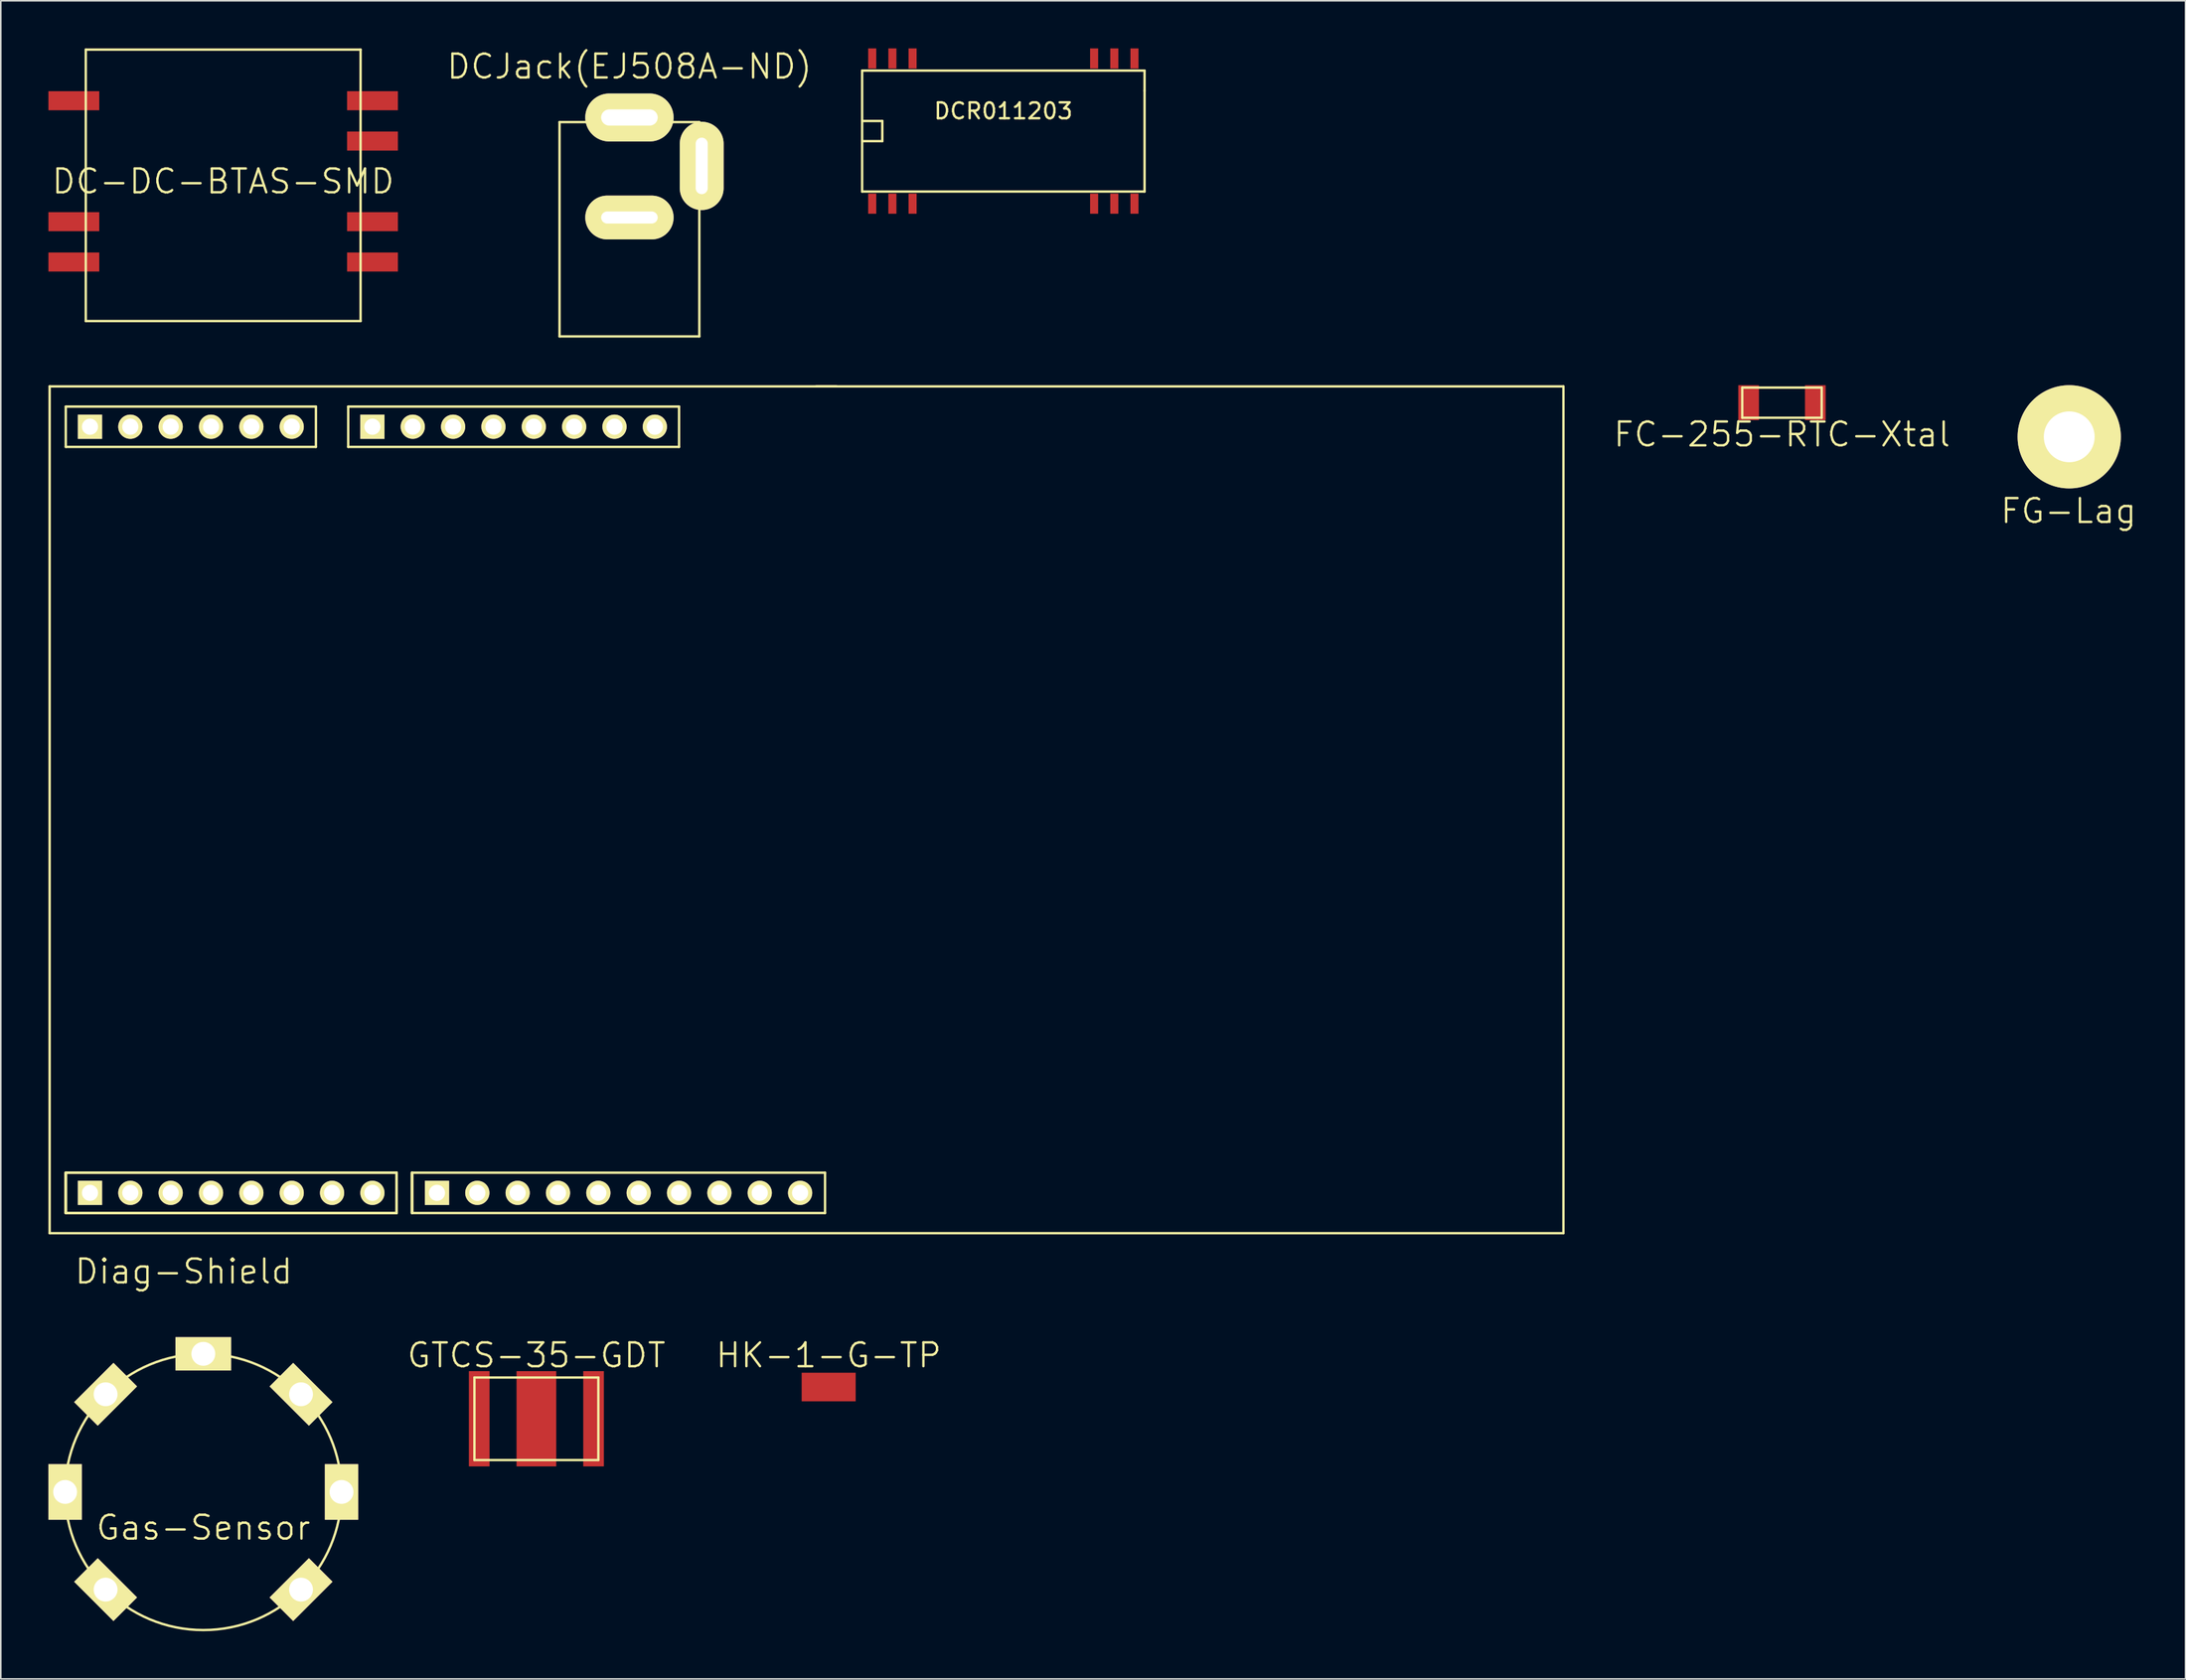
<source format=kicad_pcb>
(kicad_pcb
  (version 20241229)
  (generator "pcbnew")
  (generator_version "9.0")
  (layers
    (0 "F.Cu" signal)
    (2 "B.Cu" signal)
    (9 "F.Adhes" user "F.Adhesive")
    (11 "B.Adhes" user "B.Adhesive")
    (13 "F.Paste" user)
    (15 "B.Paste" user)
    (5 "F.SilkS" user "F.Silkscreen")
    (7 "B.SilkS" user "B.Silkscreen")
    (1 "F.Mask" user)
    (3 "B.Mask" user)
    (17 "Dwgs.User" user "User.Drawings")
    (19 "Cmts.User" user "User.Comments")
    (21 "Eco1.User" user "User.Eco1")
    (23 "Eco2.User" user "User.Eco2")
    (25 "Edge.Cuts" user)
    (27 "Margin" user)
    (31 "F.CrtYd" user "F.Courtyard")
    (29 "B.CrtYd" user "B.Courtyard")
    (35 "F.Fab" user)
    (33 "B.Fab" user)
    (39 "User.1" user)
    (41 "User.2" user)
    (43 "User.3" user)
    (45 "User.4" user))
  (footprint "Diag-Shield"
    (layer "F.Cu")
    (at 25.915 48.141)
    (property "Reference" "Diag-Shield" (at -17.4 28.9 0) (layer "F.SilkS") (effects (font (size 1.5 1.5) (thickness 0.15))))
    (attr through_hole)
    (fp_line (start -25.84 -26.85) (end 69.46 -26.85) (stroke (width 0.15) (type solid)) (layer "F.SilkS"))
    (fp_line (start -25.84 26.49) (end -25.84 -26.85) (stroke (width 0.15) (type solid)) (layer "F.SilkS"))
    (fp_line (start -24.824 -25.58) (end -24.824 -23.04) (stroke (width 0.15) (type solid)) (layer "F.SilkS"))
    (fp_line (start -24.824 -25.58) (end -9.076 -25.58) (stroke (width 0.15) (type solid)) (layer "F.SilkS"))
    (fp_line (start -24.824 -23.04) (end -9.076 -23.04) (stroke (width 0.15) (type solid)) (layer "F.SilkS"))
    (fp_line (start -24.824 25.22) (end -24.824 22.68) (stroke (width 0.15) (type solid)) (layer "F.SilkS"))
    (fp_line (start -24.824 25.22) (end -24.824 22.68) (stroke (width 0.15) (type solid)) (layer "F.SilkS"))
    (fp_line (start -24.824 25.22) (end -24.824 22.68) (stroke (width 0.15) (type solid)) (layer "F.SilkS"))
    (fp_line (start -24.824 25.22) (end -24.824 22.68) (stroke (width 0.15) (type solid)) (layer "F.SilkS"))
    (fp_line (start -9.076 -25.58) (end -9.076 -23.04) (stroke (width 0.15) (type solid)) (layer "F.SilkS"))
    (fp_line (start -7.044 -23.04) (end -7.044 -25.58) (stroke (width 0.15) (type solid)) (layer "F.SilkS"))
    (fp_line (start -3.996 22.68) (end -24.824 22.68) (stroke (width 0.15) (type solid)) (layer "F.SilkS"))
    (fp_line (start -3.996 22.68) (end -24.824 22.68) (stroke (width 0.15) (type solid)) (layer "F.SilkS"))
    (fp_line (start -3.996 25.22) (end -24.824 25.22) (stroke (width 0.15) (type solid)) (layer "F.SilkS"))
    (fp_line (start -3.996 25.22) (end -24.824 25.22) (stroke (width 0.15) (type solid)) (layer "F.SilkS"))
    (fp_line (start -3.996 25.22) (end -3.996 22.68) (stroke (width 0.15) (type solid)) (layer "F.SilkS"))
    (fp_line (start -3.996 25.22) (end -3.996 22.68) (stroke (width 0.15) (type solid)) (layer "F.SilkS"))
    (fp_line (start -3.026 25.22) (end -3.026 22.68) (stroke (width 0.15) (type solid)) (layer "F.SilkS"))
    (fp_line (start -3.026 25.22) (end -3.026 22.68) (stroke (width 0.15) (type solid)) (layer "F.SilkS"))
    (fp_line (start -3.026 25.22) (end -3.026 22.68) (stroke (width 0.15) (type solid)) (layer "F.SilkS"))
    (fp_line (start -3.026 25.22) (end -3.026 22.68) (stroke (width 0.15) (type solid)) (layer "F.SilkS"))
    (fp_line (start 13.784 -25.58) (end -7.044 -25.58) (stroke (width 0.15) (type solid)) (layer "F.SilkS"))
    (fp_line (start 13.784 -23.04) (end -7.044 -23.04) (stroke (width 0.15) (type solid)) (layer "F.SilkS"))
    (fp_line (start 13.784 -23.04) (end 13.784 -25.58) (stroke (width 0.15) (type solid)) (layer "F.SilkS"))
    (fp_line (start 22.42 -26.85) (end 23.69 -26.85) (stroke (width 0.15) (type solid)) (layer "F.SilkS"))
    (fp_line (start 22.974 22.68) (end -3.026 22.68) (stroke (width 0.15) (type solid)) (layer "F.SilkS"))
    (fp_line (start 22.974 25.22) (end -3.026 25.22) (stroke (width 0.15) (type solid)) (layer "F.SilkS"))
    (fp_line (start 22.974 25.22) (end 22.974 22.68) (stroke (width 0.15) (type solid)) (layer "F.SilkS"))
    (fp_line (start 69.46 -26.85) (end 69.46 26.49) (stroke (width 0.15) (type solid)) (layer "F.SilkS"))
    (fp_line (start 69.46 26.49) (end -25.84 26.49) (stroke (width 0.15) (type solid)) (layer "F.SilkS"))
    (pad "0" thru_hole trapezoid (at -23.3 23.95 270) (size 1.524 1.524) (drill 1.016) (layers "*.Cu" "*.Mask" "F.SilkS"))
    (pad "1" thru_hole circle (at -20.76 23.95 270) (size 1.524 1.524) (drill 1.016) (layers "*.Cu" "*.Mask" "F.SilkS"))
    (pad "2" thru_hole circle (at -18.22 23.95 270) (size 1.524 1.524) (drill 1.016) (layers "*.Cu" "*.Mask" "F.SilkS"))
    (pad "3" thru_hole circle (at -15.68 23.95 270) (size 1.524 1.524) (drill 1.016) (layers "*.Cu" "*.Mask" "F.SilkS"))
    (pad "4" thru_hole circle (at -13.14 23.95 270) (size 1.524 1.524) (drill 1.016) (layers "*.Cu" "*.Mask" "F.SilkS"))
    (pad "5" thru_hole circle (at -10.6 23.95 270) (size 1.524 1.524) (drill 1.016) (layers "*.Cu" "*.Mask" "F.SilkS"))
    (pad "6" thru_hole circle (at -8.06 23.95 270) (size 1.524 1.524) (drill 1.016) (layers "*.Cu" "*.Mask" "F.SilkS"))
    (pad "7" thru_hole circle (at -5.52 23.95 270) (size 1.524 1.524) (drill 1.016) (layers "*.Cu" "*.Mask" "F.SilkS"))
    (pad "8" thru_hole trapezoid (at -1.456 23.95 180) (size 1.524 1.524) (drill 1.016) (layers "*.Cu" "*.Mask" "F.SilkS"))
    (pad "9" thru_hole circle (at 1.084 23.95 180) (size 1.524 1.524) (drill 1.016) (layers "*.Cu" "*.Mask" "F.SilkS"))
    (pad "10" thru_hole circle (at 3.624 23.95 180) (size 1.524 1.524) (drill 1.016) (layers "*.Cu" "*.Mask" "F.SilkS"))
    (pad "11" thru_hole circle (at 6.164 23.95 180) (size 1.524 1.524) (drill 1.016) (layers "*.Cu" "*.Mask" "F.SilkS"))
    (pad "12" thru_hole circle (at 8.704 23.95 180) (size 1.524 1.524) (drill 1.016) (layers "*.Cu" "*.Mask" "F.SilkS"))
    (pad "13" thru_hole circle (at 11.244 23.95 180) (size 1.524 1.524) (drill 1.016) (layers "*.Cu" "*.Mask" "F.SilkS"))
    (pad "14" thru_hole circle (at 13.784 23.95 180) (size 1.524 1.524) (drill 1.016) (layers "*.Cu" "*.Mask" "F.SilkS"))
    (pad "15" thru_hole circle (at 16.324 23.95 180) (size 1.524 1.524) (drill 1.016) (layers "*.Cu" "*.Mask" "F.SilkS"))
    (pad "16" thru_hole circle (at 18.864 23.95 180) (size 1.524 1.524) (drill 1.016) (layers "*.Cu" "*.Mask" "F.SilkS"))
    (pad "17" thru_hole circle (at 21.404 23.95 180) (size 1.524 1.524) (drill 1.016) (layers "*.Cu" "*.Mask" "F.SilkS"))
    (pad "18" thru_hole trapezoid (at -23.3 -24.31 90) (size 1.524 1.524) (drill 1.016) (layers "*.Cu" "*.Mask" "F.SilkS"))
    (pad "19" thru_hole circle (at -20.76 -24.31 90) (size 1.524 1.524) (drill 1.016) (layers "*.Cu" "*.Mask" "F.SilkS"))
    (pad "20" thru_hole circle (at -18.22 -24.31 90) (size 1.524 1.524) (drill 1.016) (layers "*.Cu" "*.Mask" "F.SilkS"))
    (pad "21" thru_hole circle (at -15.68 -24.31 90) (size 1.524 1.524) (drill 1.016) (layers "*.Cu" "*.Mask" "F.SilkS"))
    (pad "22" thru_hole circle (at -13.14 -24.31 90) (size 1.524 1.524) (drill 1.016) (layers "*.Cu" "*.Mask" "F.SilkS"))
    (pad "23" thru_hole circle (at -10.6 -24.31 90) (size 1.524 1.524) (drill 1.016) (layers "*.Cu" "*.Mask" "F.SilkS"))
    (pad "24" thru_hole trapezoid (at -5.52 -24.31 270) (size 1.524 1.524) (drill 1.016) (layers "*.Cu" "*.Mask" "F.SilkS"))
    (pad "25" thru_hole circle (at -2.98 -24.31 270) (size 1.524 1.524) (drill 1.016) (layers "*.Cu" "*.Mask" "F.SilkS"))
    (pad "26" thru_hole circle (at -0.44 -24.31 270) (size 1.524 1.524) (drill 1.016) (layers "*.Cu" "*.Mask" "F.SilkS"))
    (pad "27" thru_hole circle (at 2.1 -24.31 270) (size 1.524 1.524) (drill 1.016) (layers "*.Cu" "*.Mask" "F.SilkS"))
    (pad "28" thru_hole circle (at 4.64 -24.31 270) (size 1.524 1.524) (drill 1.016) (layers "*.Cu" "*.Mask" "F.SilkS"))
    (pad "29" thru_hole circle (at 7.18 -24.31 270) (size 1.524 1.524) (drill 1.016) (layers "*.Cu" "*.Mask" "F.SilkS"))
    (pad "30" thru_hole circle (at 9.72 -24.31 270) (size 1.524 1.524) (drill 1.016) (layers "*.Cu" "*.Mask" "F.SilkS"))
    (pad "31" thru_hole circle (at 12.26 -24.31 270) (size 1.524 1.524) (drill 1.016) (layers "*.Cu" "*.Mask" "F.SilkS")))
  (footprint "FG-Lag"
    (layer "F.Cu")
    (at 127.216 24.466)
    (property "Reference" "FG-Lag" (at -0.041 4.672 0) (layer "F.SilkS") (effects (font (size 1.5 1.5) (thickness 0.15))))
    (attr through_hole)
    (pad "1" thru_hole circle (at 0 0) (size 6.5 6.5) (drill 3.2) (layers "*.Cu" "*.Mask" "F.SilkS")))
  (footprint "DCJack(EJ508A-ND)"
    (layer "F.Cu")
    (at 36.575 12.141)
    (property "Reference" "DCJack(EJ508A-ND)" (at 0 -11 0) (layer "F.SilkS") (effects (font (size 1.5 1.5) (thickness 0.15))))
    (attr through_hole)
    (fp_line (start -4.4 -7.5) (end 4.4 -7.5) (stroke (width 0.15) (type solid)) (layer "F.SilkS"))
    (fp_line (start -4.4 6) (end -4.4 -7.5) (stroke (width 0.15) (type solid)) (layer "F.SilkS"))
    (fp_line (start -4.4 6) (end 4.4 6) (stroke (width 0.15) (type solid)) (layer "F.SilkS"))
    (fp_line (start 4.4 6) (end 4.4 -7.5) (stroke (width 0.15) (type solid)) (layer "F.SilkS"))
    (pad "1" thru_hole oval (at 0 -1.49) (size 5.56 2.76) (drill oval 3.56 0.76) (layers "*.Cu" "*.Mask" "F.SilkS"))
    (pad "2" thru_hole oval (at 0 -7.79) (size 5.56 3.02) (drill oval 3.56 1.02) (layers "*.Cu" "*.Mask" "F.SilkS"))
    (pad "3" thru_hole oval (at 4.55 -4.74) (size 2.76 5.56) (drill oval 0.76 3.56) (layers "*.Cu" "*.Mask" "F.SilkS")))
  (footprint "Gas-Sensor"
    (layer "F.Cu")
    (at 9.75 90.931)
    (property "Reference" "Gas-Sensor" (at 0 2.25 0) (layer "F.SilkS") (effects (font (size 1.5 1.5) (thickness 0.15))))
    (attr through_hole)
    (fp_circle (center 0 0) (end 8.7 0) (stroke (width 0.15) (type solid)) (fill no) (layer "F.SilkS"))
    (pad "1-A" thru_hole trapezoid (at -6.152 -6.152 45) (size 3.5 2.1) (drill oval 1.5) (layers "*.Cu" "*.Mask" "F.SilkS"))
    (pad "2-H" thru_hole trapezoid (at -8.7 0 270) (size 3.5 2.1) (drill oval 1.5) (layers "*.Cu" "*.Mask" "F.SilkS"))
    (pad "3-A" thru_hole trapezoid (at -6.152 6.152 135) (size 3.5 2.1) (drill oval 1.5) (layers "*.Cu" "*.Mask" "F.SilkS"))
    (pad "4-B" thru_hole trapezoid (at 6.152 6.152 45) (size 3.5 2.1) (drill oval 1.5) (layers "*.Cu" "*.Mask" "F.SilkS"))
    (pad "5-H" thru_hole trapezoid (at 8.7 0 90) (size 3.5 2.1) (drill oval 1.5) (layers "*.Cu" "*.Mask" "F.SilkS"))
    (pad "6-B" thru_hole trapezoid (at 6.152 -6.152 315) (size 3.5 2.1) (drill oval 1.5) (layers "*.Cu" "*.Mask" "F.SilkS"))
    (pad "NC" thru_hole trapezoid (at 0 -8.7) (size 3.5 2.1) (drill oval 1.5) (layers "*.Cu" "*.Mask" "F.SilkS")))
  (footprint "DC-DC-BTAS-SMD"
    (layer "F.Cu")
    (at 11 8.375)
    (property "Reference" "DC-DC-BTAS-SMD" (at 0 0 0) (layer "F.SilkS") (effects (font (size 1.5 1.5) (thickness 0.15))))
    (attr through_hole)
    (fp_line (start -8.65 -8.3) (end -8.65 8.8) (stroke (width 0.15) (type solid)) (layer "F.SilkS"))
    (fp_line (start -8.65 -8.3) (end 8.65 -8.3) (stroke (width 0.15) (type solid)) (layer "F.SilkS"))
    (fp_line (start -8.65 8.8) (end 8.65 8.8) (stroke (width 0.15) (type solid)) (layer "F.SilkS"))
    (fp_line (start 8.65 -8.3) (end 8.65 8.8) (stroke (width 0.15) (type solid)) (layer "F.SilkS"))
    (pad "1" smd trapezoid (at -9.4 -5.08) (size 3.2 1.2) (layers "F.Cu" "F.Mask" "F.Paste"))
    (pad "2" smd trapezoid (at -9.4 2.54) (size 3.2 1.2) (layers "F.Cu" "F.Mask" "F.Paste"))
    (pad "3" smd trapezoid (at -9.4 5.08) (size 3.2 1.2) (layers "F.Cu" "F.Mask" "F.Paste"))
    (pad "4" smd trapezoid (at 9.4 5.08) (size 3.2 1.2) (layers "F.Cu" "F.Mask" "F.Paste"))
    (pad "5" smd trapezoid (at 9.4 2.54) (size 3.2 1.2) (layers "F.Cu" "F.Mask" "F.Paste"))
    (pad "6" smd trapezoid (at 9.4 -2.54) (size 3.2 1.2) (layers "F.Cu" "F.Mask" "F.Paste"))
    (pad "7" smd trapezoid (at 9.4 -5.08) (size 3.2 1.2) (layers "F.Cu" "F.Mask" "F.Paste")))
  (footprint "FC-255-RTC-Xtal"
    (layer "F.Cu")
    (at 109.132 22.316)
    (property "Reference" "FC-255-RTC-Xtal" (at 0 2 0) (layer "F.SilkS") (effects (font (size 1.5 1.5) (thickness 0.15))))
    (attr through_hole)
    (fp_line (start -2.5 -0.95) (end -2.5 0.95) (stroke (width 0.15) (type solid)) (layer "F.SilkS"))
    (fp_line (start -2.5 -0.95) (end 2.5 -0.95) (stroke (width 0.15) (type solid)) (layer "F.SilkS"))
    (fp_line (start -2.5 0.95) (end 2.5 0.95) (stroke (width 0.15) (type solid)) (layer "F.SilkS"))
    (fp_line (start 2.5 -0.95) (end 2.5 0.95) (stroke (width 0.15) (type solid)) (layer "F.SilkS"))
    (pad "1" smd trapezoid (at -2.1 0) (size 1.3 2.2) (layers "F.Cu" "F.Mask" "F.Paste"))
    (pad "2" smd trapezoid (at 2.1 0) (size 1.3 2.2) (layers "F.Cu" "F.Mask" "F.Paste")))
  (footprint "GTCS-35-GDT"
    (layer "F.Cu")
    (at 30.718 86.322)
    (property "Reference" "GTCS-35-GDT" (at 0 -4 0) (layer "F.SilkS") (effects (font (size 1.5 1.5) (thickness 0.15))))
    (attr through_hole)
    (fp_line (start -3.9 -2.6) (end -3.9 2.6) (stroke (width 0.15) (type solid)) (layer "F.SilkS"))
    (fp_line (start -3.9 -2.6) (end 3.9 -2.6) (stroke (width 0.15) (type solid)) (layer "F.SilkS"))
    (fp_line (start -3.9 2.6) (end 3.9 2.6) (stroke (width 0.15) (type solid)) (layer "F.SilkS"))
    (fp_line (start 3.9 -2.6) (end 3.9 2.6) (stroke (width 0.15) (type solid)) (layer "F.SilkS"))
    (pad "1" smd rect (at -3.6 0) (size 1.3 6) (layers "F.Cu" "F.Mask" "F.Paste"))
    (pad "2" smd rect (at 0 0) (size 2.5 6) (layers "F.Cu" "F.Mask" "F.Paste"))
    (pad "3" smd rect (at 3.6 0) (size 1.3 6) (layers "F.Cu" "F.Mask" "F.Paste")))
  (footprint "DCR011203"
    (layer "F.Cu")
    (at 60.115 5.207)
    (property "Reference" "DCR011203" (at 0 -1.265 0) (layer "F.SilkS") (effects (font (size 1 1) (thickness 0.15))))
    (attr smd)
    (fp_line (start -8.89 -3.81) (end 8.89 -3.81) (stroke (width 0.15) (type solid)) (layer "F.SilkS"))
    (fp_line (start -8.89 -0.635) (end -7.62 -0.635) (stroke (width 0.15) (type solid)) (layer "F.SilkS"))
    (fp_line (start -8.89 3.81) (end -8.89 -3.81) (stroke (width 0.15) (type solid)) (layer "F.SilkS"))
    (fp_line (start -7.62 -0.635) (end -7.62 0.635) (stroke (width 0.15) (type solid)) (layer "F.SilkS"))
    (fp_line (start -7.62 0.635) (end -8.89 0.635) (stroke (width 0.15) (type solid)) (layer "F.SilkS"))
    (fp_line (start 8.89 -3.81) (end 8.89 -2.54) (stroke (width 0.15) (type solid)) (layer "F.SilkS"))
    (fp_line (start 8.89 -2.54) (end 8.89 3.81) (stroke (width 0.15) (type solid)) (layer "F.SilkS"))
    (fp_line (start 8.89 3.81) (end -8.89 3.81) (stroke (width 0.15) (type solid)) (layer "F.SilkS"))
    (pad "1" smd rect (at -8.255 4.572) (size 0.508 1.27) (layers "F.Cu" "F.Mask" "F.Paste"))
    (pad "2" smd rect (at -6.985 4.572) (size 0.508 1.27) (layers "F.Cu" "F.Mask" "F.Paste"))
    (pad "3" smd rect (at -5.715 4.572) (size 0.508 1.27) (layers "F.Cu" "F.Mask" "F.Paste"))
    (pad "12" smd rect (at 5.715 4.572) (size 0.508 1.27) (layers "F.Cu" "F.Mask" "F.Paste"))
    (pad "13" smd rect (at 6.985 4.572) (size 0.508 1.27) (layers "F.Cu" "F.Mask" "F.Paste"))
    (pad "14" smd rect (at 8.255 4.572) (size 0.508 1.27) (layers "F.Cu" "F.Mask" "F.Paste"))
    (pad "15" smd rect (at 8.255 -4.572) (size 0.508 1.27) (layers "F.Cu" "F.Mask" "F.Paste"))
    (pad "16" smd rect (at 6.985 -4.572) (size 0.508 1.27) (layers "F.Cu" "F.Mask" "F.Paste"))
    (pad "17" smd rect (at 5.715 -4.572) (size 0.508 1.27) (layers "F.Cu" "F.Mask" "F.Paste"))
    (pad "26" smd rect (at -5.715 -4.572) (size 0.508 1.27) (layers "F.Cu" "F.Mask" "F.Paste"))
    (pad "27" smd rect (at -6.985 -4.572) (size 0.508 1.27) (layers "F.Cu" "F.Mask" "F.Paste"))
    (pad "28" smd rect (at -8.255 -4.572) (size 0.508 1.27) (layers "F.Cu" "F.Mask" "F.Paste")))
  (footprint "HK-1-G-TP"
    (layer "F.Cu")
    (at 49.118 84.622)
    (property "Reference" "HK-1-G-TP" (at 0 -2.3 0) (layer "F.SilkS") (effects (font (size 1.5 1.5) (thickness 0.15))))
    (attr through_hole)
    (pad "1" connect trapezoid (at 0 -0.3) (size 3.4 1.8) (layers "F.Cu" "F.Mask")))
  (gr_rect
    (start -3 -3)
    (end 134.536 102.707)
    (stroke (width 0.1) (type default))
    (fill no)
    (layer "Edge.Cuts")))
</source>
